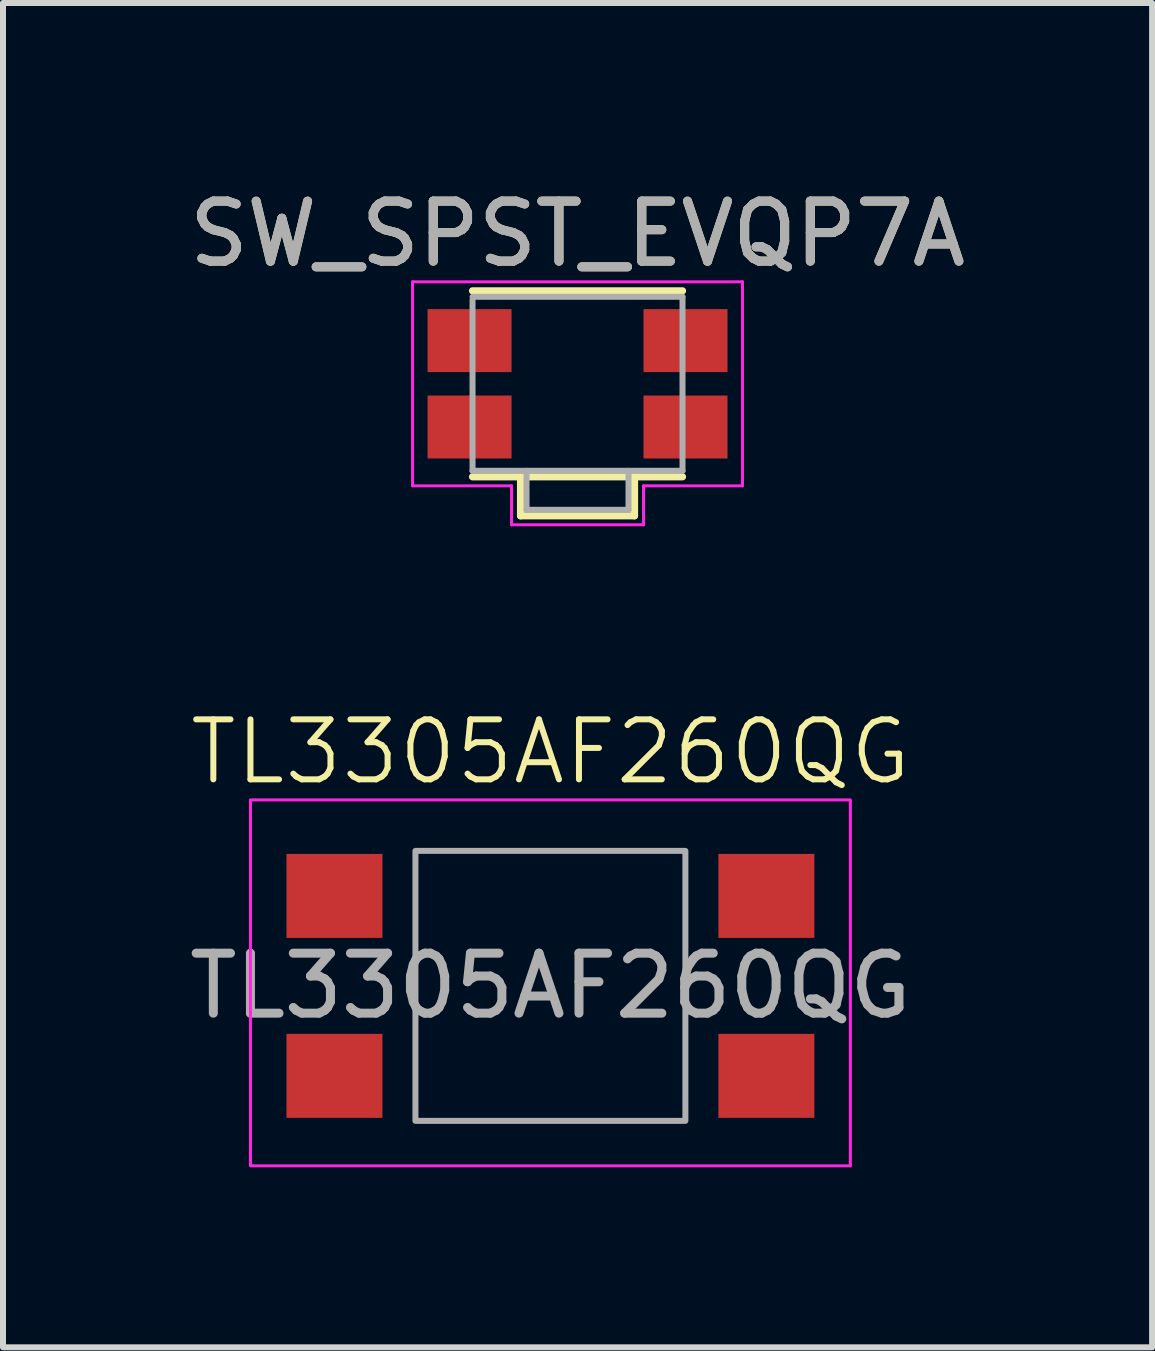
<source format=kicad_pcb>
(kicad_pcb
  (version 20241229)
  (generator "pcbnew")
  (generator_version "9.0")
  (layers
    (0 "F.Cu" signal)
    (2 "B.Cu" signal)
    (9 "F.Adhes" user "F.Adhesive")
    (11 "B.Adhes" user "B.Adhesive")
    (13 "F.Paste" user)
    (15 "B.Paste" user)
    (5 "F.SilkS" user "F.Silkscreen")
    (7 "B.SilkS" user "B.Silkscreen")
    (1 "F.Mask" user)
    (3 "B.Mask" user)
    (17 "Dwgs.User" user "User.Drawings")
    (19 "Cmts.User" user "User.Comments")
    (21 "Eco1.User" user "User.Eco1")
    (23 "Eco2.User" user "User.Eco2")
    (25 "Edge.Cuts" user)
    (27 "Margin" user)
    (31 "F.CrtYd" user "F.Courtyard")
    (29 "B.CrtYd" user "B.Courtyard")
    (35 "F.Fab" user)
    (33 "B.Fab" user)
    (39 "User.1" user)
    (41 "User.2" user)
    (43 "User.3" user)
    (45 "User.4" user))
  (footprint "TL3305AF260QG"
    (layer "F.Cu")
    (at 6.125 13.384)
    (property "Reference" "TL3305AF260QG" (at 0 -3.9 0) (unlocked yes) (layer "F.SilkS") (effects (font (size 1 1) (thickness 0.1))))
    (attr smd)
    (fp_rect (start -5 -3.1) (end 5 3) (stroke (width 0.05) (type default)) (fill no) (layer "F.CrtYd"))
    (fp_rect (start -2.25 2.25) (end 2.25 -2.25) (stroke (width 0.1) (type default)) (fill no) (layer "F.Fab"))
    (fp_text user "${REFERENCE}" (at 0 0 0) (unlocked yes) (layer "F.Fab") (effects (font (size 1 1) (thickness 0.15))))
    (pad "1" smd rect (at -3.6 1.5) (size 1.6 1.4) (layers "F.Cu" "F.Mask" "F.Paste"))
    (pad "2" smd rect (at 3.6 1.5) (size 1.6 1.4) (layers "F.Cu" "F.Mask" "F.Paste"))
    (pad "3" smd rect (at -3.6 -1.5) (size 1.6 1.4) (layers "F.Cu" "F.Mask" "F.Paste"))
    (pad "4" smd rect (at 3.6 -1.5) (size 1.6 1.4) (layers "F.Cu" "F.Mask" "F.Paste")))
  (footprint "SW_SPST_EVQP7A"
    (layer "F.Cu")
    (at 6.577 3.348)
    (property "Reference" "SW_SPST_EVQP7A" (at 0 -2.5 0) (layer "F.SilkS") (effects (font (size 1 1) (thickness 0.15))))
    (attr smd)
    (fp_line (start -1.75 -1.55) (end 1.75 -1.55) (stroke (width 0.12) (type solid)) (layer "F.SilkS"))
    (fp_line (start -0.95 2.2) (end -0.95 1.55) (stroke (width 0.12) (type solid)) (layer "F.SilkS"))
    (fp_line (start 0.95 1.55) (end 0.95 2.2) (stroke (width 0.12) (type solid)) (layer "F.SilkS"))
    (fp_line (start 0.95 2.2) (end -0.95 2.2) (stroke (width 0.12) (type solid)) (layer "F.SilkS"))
    (fp_line (start 1.75 1.55) (end -1.75 1.55) (stroke (width 0.12) (type solid)) (layer "F.SilkS"))
    (fp_line (start -2.75 -1.7) (end 2.75 -1.7) (stroke (width 0.05) (type solid)) (layer "F.CrtYd"))
    (fp_line (start -2.75 1.7) (end -2.75 -1.7) (stroke (width 0.05) (type solid)) (layer "F.CrtYd"))
    (fp_line (start -1.1 1.7) (end -2.75 1.7) (stroke (width 0.05) (type solid)) (layer "F.CrtYd"))
    (fp_line (start -1.1 2.35) (end -1.1 1.7) (stroke (width 0.05) (type solid)) (layer "F.CrtYd"))
    (fp_line (start 1.1 1.7) (end 1.1 2.35) (stroke (width 0.05) (type solid)) (layer "F.CrtYd"))
    (fp_line (start 1.1 2.35) (end -1.1 2.35) (stroke (width 0.05) (type solid)) (layer "F.CrtYd"))
    (fp_line (start 2.75 -1.7) (end 2.75 1.7) (stroke (width 0.05) (type solid)) (layer "F.CrtYd"))
    (fp_line (start 2.75 1.7) (end 1.1 1.7) (stroke (width 0.05) (type solid)) (layer "F.CrtYd"))
    (fp_line (start -1.75 -1.45) (end 1.75 -1.45) (stroke (width 0.1) (type solid)) (layer "F.Fab"))
    (fp_line (start -1.75 1.45) (end -1.75 -1.4) (stroke (width 0.1) (type solid)) (layer "F.Fab"))
    (fp_line (start -0.85 2.1) (end -0.85 1.45) (stroke (width 0.1) (type solid)) (layer "F.Fab"))
    (fp_line (start -0.85 2.1) (end 0.85 2.1) (stroke (width 0.1) (type solid)) (layer "F.Fab"))
    (fp_line (start 0.85 2.1) (end 0.85 1.45) (stroke (width 0.1) (type solid)) (layer "F.Fab"))
    (fp_line (start 1.75 -1.45) (end 1.75 1.45) (stroke (width 0.1) (type solid)) (layer "F.Fab"))
    (fp_line (start 1.75 1.45) (end -1.75 1.45) (stroke (width 0.1) (type solid)) (layer "F.Fab"))
    (fp_text user "${REFERENCE}" (at 0 -2.5 0) (layer "F.Fab") (effects (font (size 1 1) (thickness 0.15))))
    (pad "1" smd rect (at -1.8 -0.72) (size 1.4 1.05) (layers "F.Cu" "F.Mask" "F.Paste"))
    (pad "1" smd rect (at 1.8 -0.72) (size 1.4 1.05) (layers "F.Cu" "F.Mask" "F.Paste"))
    (pad "2" smd rect (at -1.8 0.72) (size 1.4 1.05) (layers "F.Cu" "F.Mask" "F.Paste"))
    (pad "2" smd rect (at 1.8 0.72) (size 1.4 1.05) (layers "F.Cu" "F.Mask" "F.Paste")))
  (gr_rect
    (start -3 -3)
    (end 16.155 19.409)
    (stroke (width 0.1) (type default))
    (fill no)
    (layer "Edge.Cuts")))
</source>
